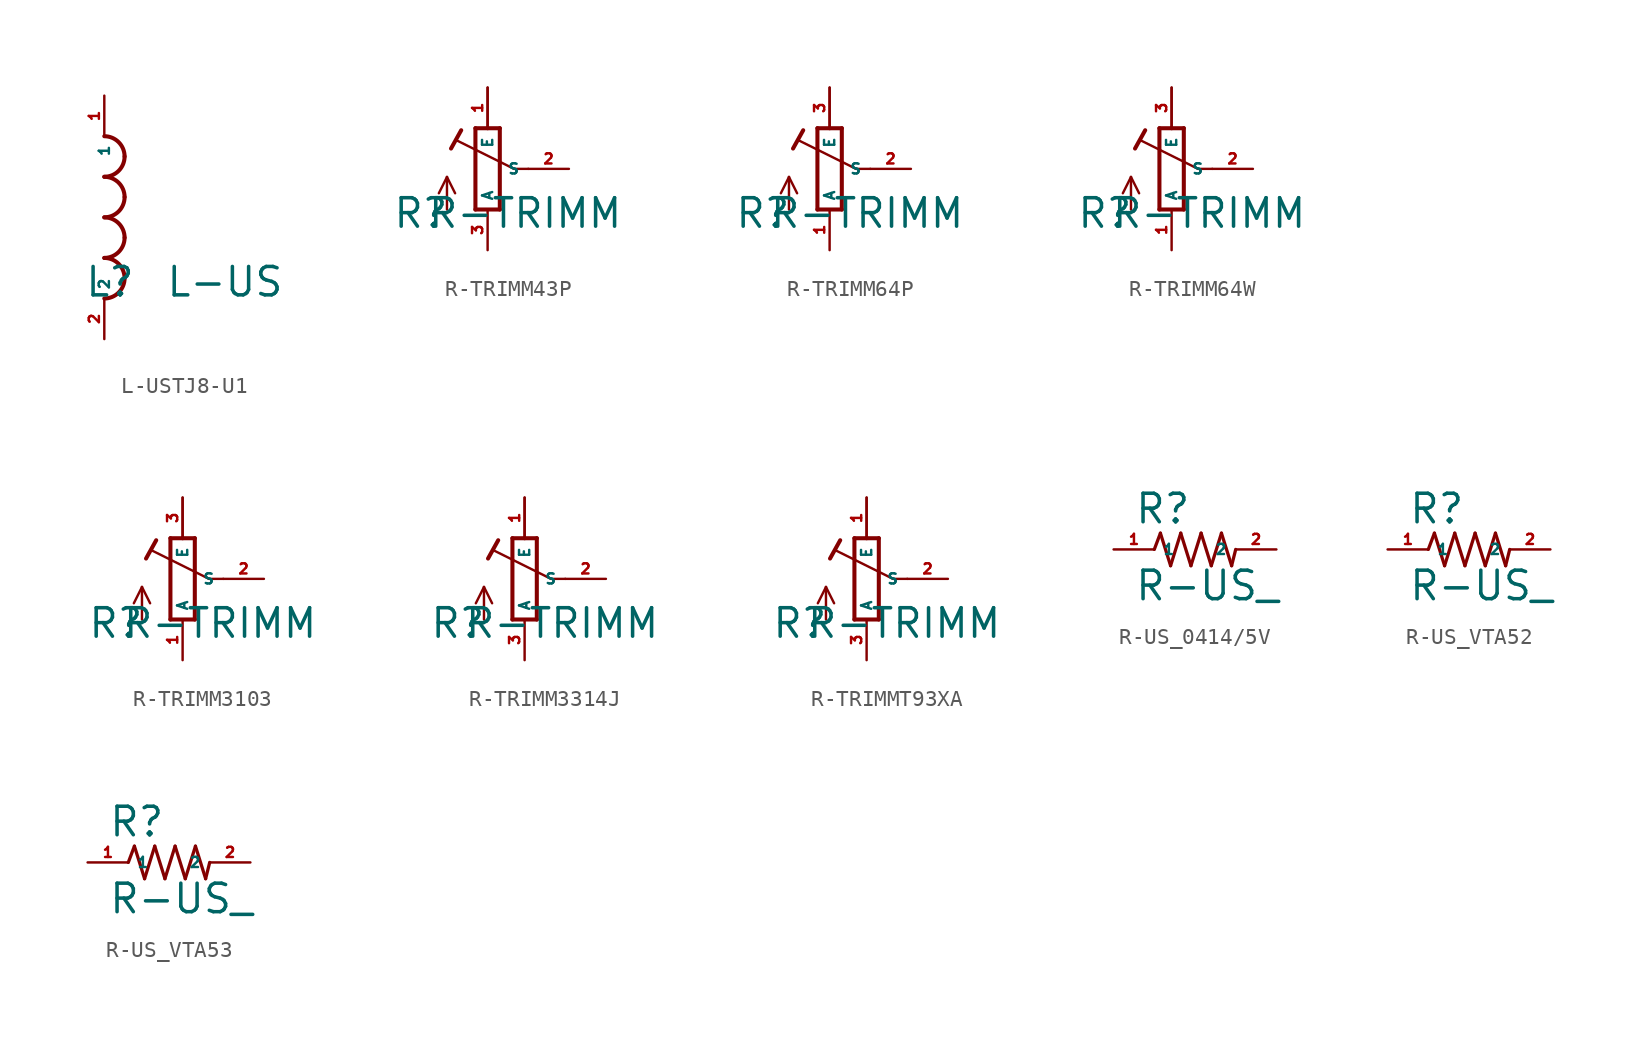
<source format=kicad_sym>
(kicad_symbol_lib
  (version 20220914)
  (generator Eagle2Kicad)
  (symbol "L-USTJ8-U1"
    (property "Reference" "L"
      (at -1.27 -5.08 0)
      (effects (font (size 1.778 1.778) (thickness 0.22)) (justify left bottom)))
    (property "Value" "L-US"
      (at 3.81 -5.08 0)
      (effects (font (size 1.778 1.778) (thickness 0.22)) (justify left bottom)))
    (arc
      (start 1.27 3.81)
      (mid 0.898 4.708)
      (end 0 5.08)
      (stroke (width 0.254) (type default))
      (fill (type none)))
    (arc
      (start 0 2.54)
      (mid 0.898 2.912)
      (end 1.27 3.81)
      (stroke (width 0.254) (type default))
      (fill (type none)))
    (arc
      (start 1.27 1.27)
      (mid 0.898 2.168)
      (end 0 2.54)
      (stroke (width 0.254) (type default))
      (fill (type none)))
    (arc
      (start 0 0)
      (mid 0.898 0.372)
      (end 1.27 1.27)
      (stroke (width 0.254) (type default))
      (fill (type none)))
    (arc
      (start 1.27 -1.27)
      (mid 0.898 -0.372)
      (end 0 0)
      (stroke (width 0.254) (type default))
      (fill (type none)))
    (arc
      (start 0 -2.54)
      (mid 0.898 -2.168)
      (end 1.27 -1.27)
      (stroke (width 0.254) (type default))
      (fill (type none)))
    (arc
      (start 1.27 -3.81)
      (mid 0.898 -2.912)
      (end 0 -2.54)
      (stroke (width 0.254) (type default))
      (fill (type none)))
    (arc
      (start 0 -5.08)
      (mid 0.898 -4.708)
      (end 1.27 -3.81)
      (stroke (width 0.254) (type default))
      (fill (type none)))
    (pin passive line
      (at 0 -7.62 90)
      (length 2.54)
      (name "2" (effects (font (size 0.635 0.635) (thickness 0.08)) (justify left bottom)))
      (number "2" (effects (font (size 0.635 0.635) (thickness 0.08)) (justify left bottom))))
    (pin passive line
      (at 0 7.62 270)
      (length 2.54)
      (name "1" (effects (font (size 0.635 0.635) (thickness 0.08)) (justify left bottom)))
      (number "1" (effects (font (size 0.635 0.635) (thickness 0.08)) (justify left bottom)))))
  (symbol "R-TRIMM43P"
    (property "Reference" "R"
      (at -5.969 -3.81 0)
      (effects (font (size 1.778 1.778) (thickness 0.22)) (justify left bottom)))
    (property "Value" "R-TRIMM"
      (at -3.81 -3.81 0)
      (effects (font (size 1.778 1.778) (thickness 0.22)) (justify left bottom)))
    (polyline
      (pts (xy 0.762 2.54) (xy 0 2.54))
      (stroke (width 0.254) (type default))
      (fill (type none)))
    (polyline
      (pts (xy -0.762 2.54) (xy -0.762 -2.54))
      (stroke (width 0.254) (type default))
      (fill (type none)))
    (polyline
      (pts (xy 0.762 -2.54) (xy 0.762 2.54))
      (stroke (width 0.254) (type default))
      (fill (type none)))
    (polyline
      (pts (xy 2.54 0) (xy 1.651 0))
      (stroke (width 0.152) (type default))
      (fill (type none)))
    (polyline
      (pts (xy 1.651 0) (xy -1.88 1.753))
      (stroke (width 0.152) (type default))
      (fill (type none)))
    (polyline
      (pts (xy 0 2.54) (xy 0 5.08))
      (stroke (width 0.152) (type default))
      (fill (type none)))
    (polyline
      (pts (xy 0 2.54) (xy -0.762 2.54))
      (stroke (width 0.254) (type default))
      (fill (type none)))
    (polyline
      (pts (xy -0.762 -2.54) (xy 0.762 -2.54))
      (stroke (width 0.254) (type default))
      (fill (type none)))
    (polyline
      (pts (xy -2.286 1.27) (xy -1.651 2.413))
      (stroke (width 0.254) (type default))
      (fill (type none)))
    (polyline
      (pts (xy -2.54 -2.54) (xy -2.54 -0.508))
      (stroke (width 0.152) (type default))
      (fill (type none)))
    (polyline
      (pts (xy -2.54 -0.508) (xy -3.048 -1.524))
      (stroke (width 0.152) (type default))
      (fill (type none)))
    (polyline
      (pts (xy -2.54 -0.508) (xy -2.032 -1.524))
      (stroke (width 0.152) (type default))
      (fill (type none)))
    (pin passive line
      (at 0 -5.08 90)
      (length 2.54)
      (name "A" (effects (font (size 0.635 0.635) (thickness 0.08)) (justify left bottom)))
      (number "3" (effects (font (size 0.635 0.635) (thickness 0.08)) (justify left bottom))))
    (pin passive line
      (at 0 5.08 270)
      (length 2.54)
      (name "E" (effects (font (size 0.635 0.635) (thickness 0.08)) (justify left bottom)))
      (number "1" (effects (font (size 0.635 0.635) (thickness 0.08)) (justify left bottom))))
    (pin passive line
      (at 5.08 0 180)
      (length 2.54)
      (name "S" (effects (font (size 0.635 0.635) (thickness 0.08)) (justify left bottom)))
      (number "2" (effects (font (size 0.635 0.635) (thickness 0.08)) (justify left bottom)))))
  (symbol "R-TRIMM64P"
    (property "Reference" "R"
      (at -5.969 -3.81 0)
      (effects (font (size 1.778 1.778) (thickness 0.22)) (justify left bottom)))
    (property "Value" "R-TRIMM"
      (at -3.81 -3.81 0)
      (effects (font (size 1.778 1.778) (thickness 0.22)) (justify left bottom)))
    (polyline
      (pts (xy 0.762 2.54) (xy 0 2.54))
      (stroke (width 0.254) (type default))
      (fill (type none)))
    (polyline
      (pts (xy -0.762 2.54) (xy -0.762 -2.54))
      (stroke (width 0.254) (type default))
      (fill (type none)))
    (polyline
      (pts (xy 0.762 -2.54) (xy 0.762 2.54))
      (stroke (width 0.254) (type default))
      (fill (type none)))
    (polyline
      (pts (xy 2.54 0) (xy 1.651 0))
      (stroke (width 0.152) (type default))
      (fill (type none)))
    (polyline
      (pts (xy 1.651 0) (xy -1.88 1.753))
      (stroke (width 0.152) (type default))
      (fill (type none)))
    (polyline
      (pts (xy 0 2.54) (xy 0 5.08))
      (stroke (width 0.152) (type default))
      (fill (type none)))
    (polyline
      (pts (xy 0 2.54) (xy -0.762 2.54))
      (stroke (width 0.254) (type default))
      (fill (type none)))
    (polyline
      (pts (xy -0.762 -2.54) (xy 0.762 -2.54))
      (stroke (width 0.254) (type default))
      (fill (type none)))
    (polyline
      (pts (xy -2.286 1.27) (xy -1.651 2.413))
      (stroke (width 0.254) (type default))
      (fill (type none)))
    (polyline
      (pts (xy -2.54 -2.54) (xy -2.54 -0.508))
      (stroke (width 0.152) (type default))
      (fill (type none)))
    (polyline
      (pts (xy -2.54 -0.508) (xy -3.048 -1.524))
      (stroke (width 0.152) (type default))
      (fill (type none)))
    (polyline
      (pts (xy -2.54 -0.508) (xy -2.032 -1.524))
      (stroke (width 0.152) (type default))
      (fill (type none)))
    (pin passive line
      (at 0 -5.08 90)
      (length 2.54)
      (name "A" (effects (font (size 0.635 0.635) (thickness 0.08)) (justify left bottom)))
      (number "1" (effects (font (size 0.635 0.635) (thickness 0.08)) (justify left bottom))))
    (pin passive line
      (at 0 5.08 270)
      (length 2.54)
      (name "E" (effects (font (size 0.635 0.635) (thickness 0.08)) (justify left bottom)))
      (number "3" (effects (font (size 0.635 0.635) (thickness 0.08)) (justify left bottom))))
    (pin passive line
      (at 5.08 0 180)
      (length 2.54)
      (name "S" (effects (font (size 0.635 0.635) (thickness 0.08)) (justify left bottom)))
      (number "2" (effects (font (size 0.635 0.635) (thickness 0.08)) (justify left bottom)))))
  (symbol "R-TRIMM64W"
    (property "Reference" "R"
      (at -5.969 -3.81 0)
      (effects (font (size 1.778 1.778) (thickness 0.22)) (justify left bottom)))
    (property "Value" "R-TRIMM"
      (at -3.81 -3.81 0)
      (effects (font (size 1.778 1.778) (thickness 0.22)) (justify left bottom)))
    (polyline
      (pts (xy 0.762 2.54) (xy 0 2.54))
      (stroke (width 0.254) (type default))
      (fill (type none)))
    (polyline
      (pts (xy -0.762 2.54) (xy -0.762 -2.54))
      (stroke (width 0.254) (type default))
      (fill (type none)))
    (polyline
      (pts (xy 0.762 -2.54) (xy 0.762 2.54))
      (stroke (width 0.254) (type default))
      (fill (type none)))
    (polyline
      (pts (xy 2.54 0) (xy 1.651 0))
      (stroke (width 0.152) (type default))
      (fill (type none)))
    (polyline
      (pts (xy 1.651 0) (xy -1.88 1.753))
      (stroke (width 0.152) (type default))
      (fill (type none)))
    (polyline
      (pts (xy 0 2.54) (xy 0 5.08))
      (stroke (width 0.152) (type default))
      (fill (type none)))
    (polyline
      (pts (xy 0 2.54) (xy -0.762 2.54))
      (stroke (width 0.254) (type default))
      (fill (type none)))
    (polyline
      (pts (xy -0.762 -2.54) (xy 0.762 -2.54))
      (stroke (width 0.254) (type default))
      (fill (type none)))
    (polyline
      (pts (xy -2.286 1.27) (xy -1.651 2.413))
      (stroke (width 0.254) (type default))
      (fill (type none)))
    (polyline
      (pts (xy -2.54 -2.54) (xy -2.54 -0.508))
      (stroke (width 0.152) (type default))
      (fill (type none)))
    (polyline
      (pts (xy -2.54 -0.508) (xy -3.048 -1.524))
      (stroke (width 0.152) (type default))
      (fill (type none)))
    (polyline
      (pts (xy -2.54 -0.508) (xy -2.032 -1.524))
      (stroke (width 0.152) (type default))
      (fill (type none)))
    (pin passive line
      (at 0 -5.08 90)
      (length 2.54)
      (name "A" (effects (font (size 0.635 0.635) (thickness 0.08)) (justify left bottom)))
      (number "1" (effects (font (size 0.635 0.635) (thickness 0.08)) (justify left bottom))))
    (pin passive line
      (at 0 5.08 270)
      (length 2.54)
      (name "E" (effects (font (size 0.635 0.635) (thickness 0.08)) (justify left bottom)))
      (number "3" (effects (font (size 0.635 0.635) (thickness 0.08)) (justify left bottom))))
    (pin passive line
      (at 5.08 0 180)
      (length 2.54)
      (name "S" (effects (font (size 0.635 0.635) (thickness 0.08)) (justify left bottom)))
      (number "2" (effects (font (size 0.635 0.635) (thickness 0.08)) (justify left bottom)))))
  (symbol "R-TRIMM3103"
    (property "Reference" "R"
      (at -5.969 -3.81 0)
      (effects (font (size 1.778 1.778) (thickness 0.22)) (justify left bottom)))
    (property "Value" "R-TRIMM"
      (at -3.81 -3.81 0)
      (effects (font (size 1.778 1.778) (thickness 0.22)) (justify left bottom)))
    (polyline
      (pts (xy 0.762 2.54) (xy 0 2.54))
      (stroke (width 0.254) (type default))
      (fill (type none)))
    (polyline
      (pts (xy -0.762 2.54) (xy -0.762 -2.54))
      (stroke (width 0.254) (type default))
      (fill (type none)))
    (polyline
      (pts (xy 0.762 -2.54) (xy 0.762 2.54))
      (stroke (width 0.254) (type default))
      (fill (type none)))
    (polyline
      (pts (xy 2.54 0) (xy 1.651 0))
      (stroke (width 0.152) (type default))
      (fill (type none)))
    (polyline
      (pts (xy 1.651 0) (xy -1.88 1.753))
      (stroke (width 0.152) (type default))
      (fill (type none)))
    (polyline
      (pts (xy 0 2.54) (xy 0 5.08))
      (stroke (width 0.152) (type default))
      (fill (type none)))
    (polyline
      (pts (xy 0 2.54) (xy -0.762 2.54))
      (stroke (width 0.254) (type default))
      (fill (type none)))
    (polyline
      (pts (xy -0.762 -2.54) (xy 0.762 -2.54))
      (stroke (width 0.254) (type default))
      (fill (type none)))
    (polyline
      (pts (xy -2.286 1.27) (xy -1.651 2.413))
      (stroke (width 0.254) (type default))
      (fill (type none)))
    (polyline
      (pts (xy -2.54 -2.54) (xy -2.54 -0.508))
      (stroke (width 0.152) (type default))
      (fill (type none)))
    (polyline
      (pts (xy -2.54 -0.508) (xy -3.048 -1.524))
      (stroke (width 0.152) (type default))
      (fill (type none)))
    (polyline
      (pts (xy -2.54 -0.508) (xy -2.032 -1.524))
      (stroke (width 0.152) (type default))
      (fill (type none)))
    (pin passive line
      (at 0 -5.08 90)
      (length 2.54)
      (name "A" (effects (font (size 0.635 0.635) (thickness 0.08)) (justify left bottom)))
      (number "1" (effects (font (size 0.635 0.635) (thickness 0.08)) (justify left bottom))))
    (pin passive line
      (at 0 5.08 270)
      (length 2.54)
      (name "E" (effects (font (size 0.635 0.635) (thickness 0.08)) (justify left bottom)))
      (number "3" (effects (font (size 0.635 0.635) (thickness 0.08)) (justify left bottom))))
    (pin passive line
      (at 5.08 0 180)
      (length 2.54)
      (name "S" (effects (font (size 0.635 0.635) (thickness 0.08)) (justify left bottom)))
      (number "2" (effects (font (size 0.635 0.635) (thickness 0.08)) (justify left bottom)))))
  (symbol "R-TRIMM3314J"
    (property "Reference" "R"
      (at -5.969 -3.81 0)
      (effects (font (size 1.778 1.778) (thickness 0.22)) (justify left bottom)))
    (property "Value" "R-TRIMM"
      (at -3.81 -3.81 0)
      (effects (font (size 1.778 1.778) (thickness 0.22)) (justify left bottom)))
    (polyline
      (pts (xy 0.762 2.54) (xy 0 2.54))
      (stroke (width 0.254) (type default))
      (fill (type none)))
    (polyline
      (pts (xy -0.762 2.54) (xy -0.762 -2.54))
      (stroke (width 0.254) (type default))
      (fill (type none)))
    (polyline
      (pts (xy 0.762 -2.54) (xy 0.762 2.54))
      (stroke (width 0.254) (type default))
      (fill (type none)))
    (polyline
      (pts (xy 2.54 0) (xy 1.651 0))
      (stroke (width 0.152) (type default))
      (fill (type none)))
    (polyline
      (pts (xy 1.651 0) (xy -1.88 1.753))
      (stroke (width 0.152) (type default))
      (fill (type none)))
    (polyline
      (pts (xy 0 2.54) (xy 0 5.08))
      (stroke (width 0.152) (type default))
      (fill (type none)))
    (polyline
      (pts (xy 0 2.54) (xy -0.762 2.54))
      (stroke (width 0.254) (type default))
      (fill (type none)))
    (polyline
      (pts (xy -0.762 -2.54) (xy 0.762 -2.54))
      (stroke (width 0.254) (type default))
      (fill (type none)))
    (polyline
      (pts (xy -2.286 1.27) (xy -1.651 2.413))
      (stroke (width 0.254) (type default))
      (fill (type none)))
    (polyline
      (pts (xy -2.54 -2.54) (xy -2.54 -0.508))
      (stroke (width 0.152) (type default))
      (fill (type none)))
    (polyline
      (pts (xy -2.54 -0.508) (xy -3.048 -1.524))
      (stroke (width 0.152) (type default))
      (fill (type none)))
    (polyline
      (pts (xy -2.54 -0.508) (xy -2.032 -1.524))
      (stroke (width 0.152) (type default))
      (fill (type none)))
    (pin passive line
      (at 0 -5.08 90)
      (length 2.54)
      (name "A" (effects (font (size 0.635 0.635) (thickness 0.08)) (justify left bottom)))
      (number "3" (effects (font (size 0.635 0.635) (thickness 0.08)) (justify left bottom))))
    (pin passive line
      (at 0 5.08 270)
      (length 2.54)
      (name "E" (effects (font (size 0.635 0.635) (thickness 0.08)) (justify left bottom)))
      (number "1" (effects (font (size 0.635 0.635) (thickness 0.08)) (justify left bottom))))
    (pin passive line
      (at 5.08 0 180)
      (length 2.54)
      (name "S" (effects (font (size 0.635 0.635) (thickness 0.08)) (justify left bottom)))
      (number "2" (effects (font (size 0.635 0.635) (thickness 0.08)) (justify left bottom)))))
  (symbol "R-TRIMMT93XA"
    (property "Reference" "R"
      (at -5.969 -3.81 0)
      (effects (font (size 1.778 1.778) (thickness 0.22)) (justify left bottom)))
    (property "Value" "R-TRIMM"
      (at -3.81 -3.81 0)
      (effects (font (size 1.778 1.778) (thickness 0.22)) (justify left bottom)))
    (polyline
      (pts (xy 0.762 2.54) (xy 0 2.54))
      (stroke (width 0.254) (type default))
      (fill (type none)))
    (polyline
      (pts (xy -0.762 2.54) (xy -0.762 -2.54))
      (stroke (width 0.254) (type default))
      (fill (type none)))
    (polyline
      (pts (xy 0.762 -2.54) (xy 0.762 2.54))
      (stroke (width 0.254) (type default))
      (fill (type none)))
    (polyline
      (pts (xy 2.54 0) (xy 1.651 0))
      (stroke (width 0.152) (type default))
      (fill (type none)))
    (polyline
      (pts (xy 1.651 0) (xy -1.88 1.753))
      (stroke (width 0.152) (type default))
      (fill (type none)))
    (polyline
      (pts (xy 0 2.54) (xy 0 5.08))
      (stroke (width 0.152) (type default))
      (fill (type none)))
    (polyline
      (pts (xy 0 2.54) (xy -0.762 2.54))
      (stroke (width 0.254) (type default))
      (fill (type none)))
    (polyline
      (pts (xy -0.762 -2.54) (xy 0.762 -2.54))
      (stroke (width 0.254) (type default))
      (fill (type none)))
    (polyline
      (pts (xy -2.286 1.27) (xy -1.651 2.413))
      (stroke (width 0.254) (type default))
      (fill (type none)))
    (polyline
      (pts (xy -2.54 -2.54) (xy -2.54 -0.508))
      (stroke (width 0.152) (type default))
      (fill (type none)))
    (polyline
      (pts (xy -2.54 -0.508) (xy -3.048 -1.524))
      (stroke (width 0.152) (type default))
      (fill (type none)))
    (polyline
      (pts (xy -2.54 -0.508) (xy -2.032 -1.524))
      (stroke (width 0.152) (type default))
      (fill (type none)))
    (pin passive line
      (at 0 -5.08 90)
      (length 2.54)
      (name "A" (effects (font (size 0.635 0.635) (thickness 0.08)) (justify left bottom)))
      (number "3" (effects (font (size 0.635 0.635) (thickness 0.08)) (justify left bottom))))
    (pin passive line
      (at 0 5.08 270)
      (length 2.54)
      (name "E" (effects (font (size 0.635 0.635) (thickness 0.08)) (justify left bottom)))
      (number "1" (effects (font (size 0.635 0.635) (thickness 0.08)) (justify left bottom))))
    (pin passive line
      (at 5.08 0 180)
      (length 2.54)
      (name "S" (effects (font (size 0.635 0.635) (thickness 0.08)) (justify left bottom)))
      (number "2" (effects (font (size 0.635 0.635) (thickness 0.08)) (justify left bottom)))))
  (symbol "R-US_0414/5V"
    (property "Reference" "R"
      (at -3.81 1.499 0)
      (effects (font (size 1.778 1.778) (thickness 0.22)) (justify left bottom)))
    (property "Value" "R-US_"
      (at -3.81 -3.302 0)
      (effects (font (size 1.778 1.778) (thickness 0.22)) (justify left bottom)))
    (polyline
      (pts (xy -2.54 0) (xy -2.159 1.016))
      (stroke (width 0.203) (type default))
      (fill (type none)))
    (polyline
      (pts (xy -2.159 1.016) (xy -1.524 -1.016))
      (stroke (width 0.203) (type default))
      (fill (type none)))
    (polyline
      (pts (xy -1.524 -1.016) (xy -0.889 1.016))
      (stroke (width 0.203) (type default))
      (fill (type none)))
    (polyline
      (pts (xy -0.889 1.016) (xy -0.254 -1.016))
      (stroke (width 0.203) (type default))
      (fill (type none)))
    (polyline
      (pts (xy -0.254 -1.016) (xy 0.381 1.016))
      (stroke (width 0.203) (type default))
      (fill (type none)))
    (polyline
      (pts (xy 0.381 1.016) (xy 1.016 -1.016))
      (stroke (width 0.203) (type default))
      (fill (type none)))
    (polyline
      (pts (xy 1.016 -1.016) (xy 1.651 1.016))
      (stroke (width 0.203) (type default))
      (fill (type none)))
    (polyline
      (pts (xy 1.651 1.016) (xy 2.286 -1.016))
      (stroke (width 0.203) (type default))
      (fill (type none)))
    (polyline
      (pts (xy 2.286 -1.016) (xy 2.54 0))
      (stroke (width 0.203) (type default))
      (fill (type none)))
    (pin passive line
      (at 5.08 0 180)
      (length 2.54)
      (name "2" (effects (font (size 0.635 0.635) (thickness 0.08)) (justify left bottom)))
      (number "2" (effects (font (size 0.635 0.635) (thickness 0.08)) (justify left bottom))))
    (pin passive line
      (at -5.08 0 0)
      (length 2.54)
      (name "1" (effects (font (size 0.635 0.635) (thickness 0.08)) (justify left bottom)))
      (number "1" (effects (font (size 0.635 0.635) (thickness 0.08)) (justify left bottom)))))
  (symbol "R-US_VTA52"
    (property "Reference" "R"
      (at -3.81 1.499 0)
      (effects (font (size 1.778 1.778) (thickness 0.22)) (justify left bottom)))
    (property "Value" "R-US_"
      (at -3.81 -3.302 0)
      (effects (font (size 1.778 1.778) (thickness 0.22)) (justify left bottom)))
    (polyline
      (pts (xy -2.54 0) (xy -2.159 1.016))
      (stroke (width 0.203) (type default))
      (fill (type none)))
    (polyline
      (pts (xy -2.159 1.016) (xy -1.524 -1.016))
      (stroke (width 0.203) (type default))
      (fill (type none)))
    (polyline
      (pts (xy -1.524 -1.016) (xy -0.889 1.016))
      (stroke (width 0.203) (type default))
      (fill (type none)))
    (polyline
      (pts (xy -0.889 1.016) (xy -0.254 -1.016))
      (stroke (width 0.203) (type default))
      (fill (type none)))
    (polyline
      (pts (xy -0.254 -1.016) (xy 0.381 1.016))
      (stroke (width 0.203) (type default))
      (fill (type none)))
    (polyline
      (pts (xy 0.381 1.016) (xy 1.016 -1.016))
      (stroke (width 0.203) (type default))
      (fill (type none)))
    (polyline
      (pts (xy 1.016 -1.016) (xy 1.651 1.016))
      (stroke (width 0.203) (type default))
      (fill (type none)))
    (polyline
      (pts (xy 1.651 1.016) (xy 2.286 -1.016))
      (stroke (width 0.203) (type default))
      (fill (type none)))
    (polyline
      (pts (xy 2.286 -1.016) (xy 2.54 0))
      (stroke (width 0.203) (type default))
      (fill (type none)))
    (pin passive line
      (at 5.08 0 180)
      (length 2.54)
      (name "2" (effects (font (size 0.635 0.635) (thickness 0.08)) (justify left bottom)))
      (number "2" (effects (font (size 0.635 0.635) (thickness 0.08)) (justify left bottom))))
    (pin passive line
      (at -5.08 0 0)
      (length 2.54)
      (name "1" (effects (font (size 0.635 0.635) (thickness 0.08)) (justify left bottom)))
      (number "1" (effects (font (size 0.635 0.635) (thickness 0.08)) (justify left bottom)))))
  (symbol "R-US_VTA53"
    (property "Reference" "R"
      (at -3.81 1.499 0)
      (effects (font (size 1.778 1.778) (thickness 0.22)) (justify left bottom)))
    (property "Value" "R-US_"
      (at -3.81 -3.302 0)
      (effects (font (size 1.778 1.778) (thickness 0.22)) (justify left bottom)))
    (polyline
      (pts (xy -2.54 0) (xy -2.159 1.016))
      (stroke (width 0.203) (type default))
      (fill (type none)))
    (polyline
      (pts (xy -2.159 1.016) (xy -1.524 -1.016))
      (stroke (width 0.203) (type default))
      (fill (type none)))
    (polyline
      (pts (xy -1.524 -1.016) (xy -0.889 1.016))
      (stroke (width 0.203) (type default))
      (fill (type none)))
    (polyline
      (pts (xy -0.889 1.016) (xy -0.254 -1.016))
      (stroke (width 0.203) (type default))
      (fill (type none)))
    (polyline
      (pts (xy -0.254 -1.016) (xy 0.381 1.016))
      (stroke (width 0.203) (type default))
      (fill (type none)))
    (polyline
      (pts (xy 0.381 1.016) (xy 1.016 -1.016))
      (stroke (width 0.203) (type default))
      (fill (type none)))
    (polyline
      (pts (xy 1.016 -1.016) (xy 1.651 1.016))
      (stroke (width 0.203) (type default))
      (fill (type none)))
    (polyline
      (pts (xy 1.651 1.016) (xy 2.286 -1.016))
      (stroke (width 0.203) (type default))
      (fill (type none)))
    (polyline
      (pts (xy 2.286 -1.016) (xy 2.54 0))
      (stroke (width 0.203) (type default))
      (fill (type none)))
    (pin passive line
      (at 5.08 0 180)
      (length 2.54)
      (name "2" (effects (font (size 0.635 0.635) (thickness 0.08)) (justify left bottom)))
      (number "2" (effects (font (size 0.635 0.635) (thickness 0.08)) (justify left bottom))))
    (pin passive line
      (at -5.08 0 0)
      (length 2.54)
      (name "1" (effects (font (size 0.635 0.635) (thickness 0.08)) (justify left bottom)))
      (number "1" (effects (font (size 0.635 0.635) (thickness 0.08)) (justify left bottom))))))
</source>
